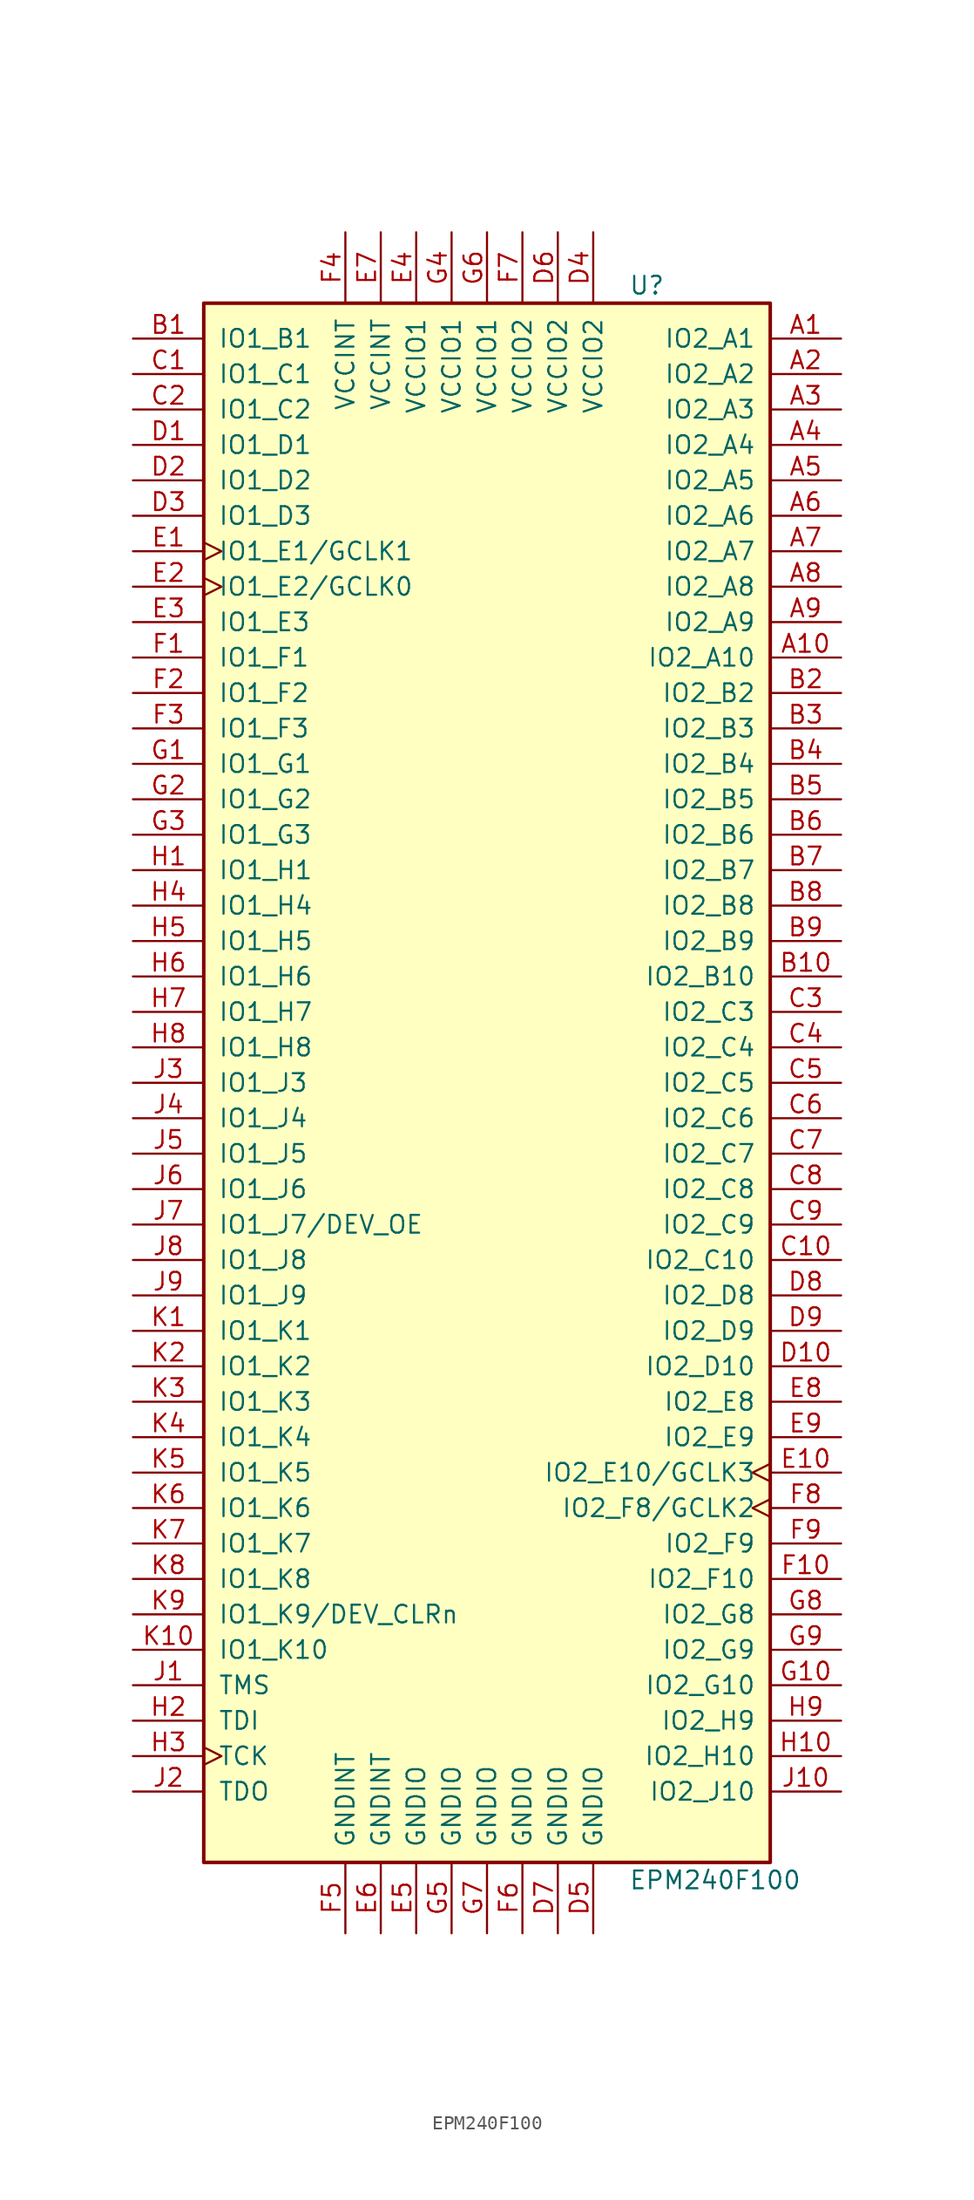
<source format=kicad_sym>
(kicad_symbol_lib
  (version 20211014)
  (generator kicad_symbol_editor)
  (symbol "EPM240F100"
    (pin_names
      (offset 1.016))
    (property "Reference" "U"
      (at 10.16 57.15 0)
      (effects (font (size 1.27 1.27)) (justify left)))
    (property "Value" "EPM240F100"
      (at 10.16 -57.15 0)
      (effects (font (size 1.27 1.27)) (justify left)))
    (property "ki_locked" ""
      (at 0 0 0)
      (effects (font (size 1.27 1.27))))
    (symbol "EPM240F100_1_1"
      (rectangle (start -20.32 55.88) (end 20.32 -55.88) (stroke (width 0.254) (type default) (color 0 0 0 0)) (fill (type background)))
      (pin bidirectional line (at 25.4 53.34 180) (length 5.08) (name "IO2_A1" (effects (font (size 1.27 1.27)))) (number "A1" (effects (font (size 1.27 1.27)))))
      (pin bidirectional line (at 25.4 30.48 180) (length 5.08) (name "IO2_A10" (effects (font (size 1.27 1.27)))) (number "A10" (effects (font (size 1.27 1.27)))))
      (pin bidirectional line (at 25.4 50.8 180) (length 5.08) (name "IO2_A2" (effects (font (size 1.27 1.27)))) (number "A2" (effects (font (size 1.27 1.27)))))
      (pin bidirectional line (at 25.4 48.26 180) (length 5.08) (name "IO2_A3" (effects (font (size 1.27 1.27)))) (number "A3" (effects (font (size 1.27 1.27)))))
      (pin bidirectional line (at 25.4 45.72 180) (length 5.08) (name "IO2_A4" (effects (font (size 1.27 1.27)))) (number "A4" (effects (font (size 1.27 1.27)))))
      (pin bidirectional line (at 25.4 43.18 180) (length 5.08) (name "IO2_A5" (effects (font (size 1.27 1.27)))) (number "A5" (effects (font (size 1.27 1.27)))))
      (pin bidirectional line (at 25.4 40.64 180) (length 5.08) (name "IO2_A6" (effects (font (size 1.27 1.27)))) (number "A6" (effects (font (size 1.27 1.27)))))
      (pin bidirectional line (at 25.4 38.1 180) (length 5.08) (name "IO2_A7" (effects (font (size 1.27 1.27)))) (number "A7" (effects (font (size 1.27 1.27)))))
      (pin bidirectional line (at 25.4 35.56 180) (length 5.08) (name "IO2_A8" (effects (font (size 1.27 1.27)))) (number "A8" (effects (font (size 1.27 1.27)))))
      (pin bidirectional line (at 25.4 33.02 180) (length 5.08) (name "IO2_A9" (effects (font (size 1.27 1.27)))) (number "A9" (effects (font (size 1.27 1.27)))))
      (pin bidirectional line (at -25.4 53.34 0) (length 5.08) (name "IO1_B1" (effects (font (size 1.27 1.27)))) (number "B1" (effects (font (size 1.27 1.27)))))
      (pin bidirectional line (at 25.4 7.62 180) (length 5.08) (name "IO2_B10" (effects (font (size 1.27 1.27)))) (number "B10" (effects (font (size 1.27 1.27)))))
      (pin bidirectional line (at 25.4 27.94 180) (length 5.08) (name "IO2_B2" (effects (font (size 1.27 1.27)))) (number "B2" (effects (font (size 1.27 1.27)))))
      (pin bidirectional line (at 25.4 25.4 180) (length 5.08) (name "IO2_B3" (effects (font (size 1.27 1.27)))) (number "B3" (effects (font (size 1.27 1.27)))))
      (pin bidirectional line (at 25.4 22.86 180) (length 5.08) (name "IO2_B4" (effects (font (size 1.27 1.27)))) (number "B4" (effects (font (size 1.27 1.27)))))
      (pin bidirectional line (at 25.4 20.32 180) (length 5.08) (name "IO2_B5" (effects (font (size 1.27 1.27)))) (number "B5" (effects (font (size 1.27 1.27)))))
      (pin bidirectional line (at 25.4 17.78 180) (length 5.08) (name "IO2_B6" (effects (font (size 1.27 1.27)))) (number "B6" (effects (font (size 1.27 1.27)))))
      (pin bidirectional line (at 25.4 15.24 180) (length 5.08) (name "IO2_B7" (effects (font (size 1.27 1.27)))) (number "B7" (effects (font (size 1.27 1.27)))))
      (pin bidirectional line (at 25.4 12.7 180) (length 5.08) (name "IO2_B8" (effects (font (size 1.27 1.27)))) (number "B8" (effects (font (size 1.27 1.27)))))
      (pin bidirectional line (at 25.4 10.16 180) (length 5.08) (name "IO2_B9" (effects (font (size 1.27 1.27)))) (number "B9" (effects (font (size 1.27 1.27)))))
      (pin bidirectional line (at -25.4 50.8 0) (length 5.08) (name "IO1_C1" (effects (font (size 1.27 1.27)))) (number "C1" (effects (font (size 1.27 1.27)))))
      (pin bidirectional line (at 25.4 -12.7 180) (length 5.08) (name "IO2_C10" (effects (font (size 1.27 1.27)))) (number "C10" (effects (font (size 1.27 1.27)))))
      (pin bidirectional line (at -25.4 48.26 0) (length 5.08) (name "IO1_C2" (effects (font (size 1.27 1.27)))) (number "C2" (effects (font (size 1.27 1.27)))))
      (pin bidirectional line (at 25.4 5.08 180) (length 5.08) (name "IO2_C3" (effects (font (size 1.27 1.27)))) (number "C3" (effects (font (size 1.27 1.27)))))
      (pin bidirectional line (at 25.4 2.54 180) (length 5.08) (name "IO2_C4" (effects (font (size 1.27 1.27)))) (number "C4" (effects (font (size 1.27 1.27)))))
      (pin bidirectional line (at 25.4 0 180) (length 5.08) (name "IO2_C5" (effects (font (size 1.27 1.27)))) (number "C5" (effects (font (size 1.27 1.27)))))
      (pin bidirectional line (at 25.4 -2.54 180) (length 5.08) (name "IO2_C6" (effects (font (size 1.27 1.27)))) (number "C6" (effects (font (size 1.27 1.27)))))
      (pin bidirectional line (at 25.4 -5.08 180) (length 5.08) (name "IO2_C7" (effects (font (size 1.27 1.27)))) (number "C7" (effects (font (size 1.27 1.27)))))
      (pin bidirectional line (at 25.4 -7.62 180) (length 5.08) (name "IO2_C8" (effects (font (size 1.27 1.27)))) (number "C8" (effects (font (size 1.27 1.27)))))
      (pin bidirectional line (at 25.4 -10.16 180) (length 5.08) (name "IO2_C9" (effects (font (size 1.27 1.27)))) (number "C9" (effects (font (size 1.27 1.27)))))
      (pin bidirectional line (at -25.4 45.72 0) (length 5.08) (name "IO1_D1" (effects (font (size 1.27 1.27)))) (number "D1" (effects (font (size 1.27 1.27)))))
      (pin bidirectional line (at 25.4 -20.32 180) (length 5.08) (name "IO2_D10" (effects (font (size 1.27 1.27)))) (number "D10" (effects (font (size 1.27 1.27)))))
      (pin bidirectional line (at -25.4 43.18 0) (length 5.08) (name "IO1_D2" (effects (font (size 1.27 1.27)))) (number "D2" (effects (font (size 1.27 1.27)))))
      (pin bidirectional line (at -25.4 40.64 0) (length 5.08) (name "IO1_D3" (effects (font (size 1.27 1.27)))) (number "D3" (effects (font (size 1.27 1.27)))))
      (pin power_in line (at 7.62 60.96 270) (length 5.08) (name "VCCIO2" (effects (font (size 1.27 1.27)))) (number "D4" (effects (font (size 1.27 1.27)))))
      (pin power_in line (at 7.62 -60.96 90) (length 5.08) (name "GNDIO" (effects (font (size 1.27 1.27)))) (number "D5" (effects (font (size 1.27 1.27)))))
      (pin power_in line (at 5.08 60.96 270) (length 5.08) (name "VCCIO2" (effects (font (size 1.27 1.27)))) (number "D6" (effects (font (size 1.27 1.27)))))
      (pin power_in line (at 5.08 -60.96 90) (length 5.08) (name "GNDIO" (effects (font (size 1.27 1.27)))) (number "D7" (effects (font (size 1.27 1.27)))))
      (pin bidirectional line (at 25.4 -15.24 180) (length 5.08) (name "IO2_D8" (effects (font (size 1.27 1.27)))) (number "D8" (effects (font (size 1.27 1.27)))))
      (pin bidirectional line (at 25.4 -17.78 180) (length 5.08) (name "IO2_D9" (effects (font (size 1.27 1.27)))) (number "D9" (effects (font (size 1.27 1.27)))))
      (pin bidirectional clock (at -25.4 38.1 0) (length 5.08) (name "IO1_E1/GCLK1" (effects (font (size 1.27 1.27)))) (number "E1" (effects (font (size 1.27 1.27)))))
      (pin bidirectional clock (at 25.4 -27.94 180) (length 5.08) (name "IO2_E10/GCLK3" (effects (font (size 1.27 1.27)))) (number "E10" (effects (font (size 1.27 1.27)))))
      (pin bidirectional clock (at -25.4 35.56 0) (length 5.08) (name "IO1_E2/GCLK0" (effects (font (size 1.27 1.27)))) (number "E2" (effects (font (size 1.27 1.27)))))
      (pin bidirectional line (at -25.4 33.02 0) (length 5.08) (name "IO1_E3" (effects (font (size 1.27 1.27)))) (number "E3" (effects (font (size 1.27 1.27)))))
      (pin power_in line (at -5.08 60.96 270) (length 5.08) (name "VCCIO1" (effects (font (size 1.27 1.27)))) (number "E4" (effects (font (size 1.27 1.27)))))
      (pin power_in line (at -5.08 -60.96 90) (length 5.08) (name "GNDIO" (effects (font (size 1.27 1.27)))) (number "E5" (effects (font (size 1.27 1.27)))))
      (pin power_in line (at -7.62 -60.96 90) (length 5.08) (name "GNDINT" (effects (font (size 1.27 1.27)))) (number "E6" (effects (font (size 1.27 1.27)))))
      (pin power_in line (at -7.62 60.96 270) (length 5.08) (name "VCCINT" (effects (font (size 1.27 1.27)))) (number "E7" (effects (font (size 1.27 1.27)))))
      (pin bidirectional line (at 25.4 -22.86 180) (length 5.08) (name "IO2_E8" (effects (font (size 1.27 1.27)))) (number "E8" (effects (font (size 1.27 1.27)))))
      (pin bidirectional line (at 25.4 -25.4 180) (length 5.08) (name "IO2_E9" (effects (font (size 1.27 1.27)))) (number "E9" (effects (font (size 1.27 1.27)))))
      (pin bidirectional line (at -25.4 30.48 0) (length 5.08) (name "IO1_F1" (effects (font (size 1.27 1.27)))) (number "F1" (effects (font (size 1.27 1.27)))))
      (pin bidirectional line (at 25.4 -35.56 180) (length 5.08) (name "IO2_F10" (effects (font (size 1.27 1.27)))) (number "F10" (effects (font (size 1.27 1.27)))))
      (pin bidirectional line (at -25.4 27.94 0) (length 5.08) (name "IO1_F2" (effects (font (size 1.27 1.27)))) (number "F2" (effects (font (size 1.27 1.27)))))
      (pin bidirectional line (at -25.4 25.4 0) (length 5.08) (name "IO1_F3" (effects (font (size 1.27 1.27)))) (number "F3" (effects (font (size 1.27 1.27)))))
      (pin power_in line (at -10.16 60.96 270) (length 5.08) (name "VCCINT" (effects (font (size 1.27 1.27)))) (number "F4" (effects (font (size 1.27 1.27)))))
      (pin power_in line (at -10.16 -60.96 90) (length 5.08) (name "GNDINT" (effects (font (size 1.27 1.27)))) (number "F5" (effects (font (size 1.27 1.27)))))
      (pin power_in line (at 2.54 -60.96 90) (length 5.08) (name "GNDIO" (effects (font (size 1.27 1.27)))) (number "F6" (effects (font (size 1.27 1.27)))))
      (pin power_in line (at 2.54 60.96 270) (length 5.08) (name "VCCIO2" (effects (font (size 1.27 1.27)))) (number "F7" (effects (font (size 1.27 1.27)))))
      (pin bidirectional clock (at 25.4 -30.48 180) (length 5.08) (name "IO2_F8/GCLK2" (effects (font (size 1.27 1.27)))) (number "F8" (effects (font (size 1.27 1.27)))))
      (pin bidirectional line (at 25.4 -33.02 180) (length 5.08) (name "IO2_F9" (effects (font (size 1.27 1.27)))) (number "F9" (effects (font (size 1.27 1.27)))))
      (pin bidirectional line (at -25.4 22.86 0) (length 5.08) (name "IO1_G1" (effects (font (size 1.27 1.27)))) (number "G1" (effects (font (size 1.27 1.27)))))
      (pin bidirectional line (at 25.4 -43.18 180) (length 5.08) (name "IO2_G10" (effects (font (size 1.27 1.27)))) (number "G10" (effects (font (size 1.27 1.27)))))
      (pin bidirectional line (at -25.4 20.32 0) (length 5.08) (name "IO1_G2" (effects (font (size 1.27 1.27)))) (number "G2" (effects (font (size 1.27 1.27)))))
      (pin bidirectional line (at -25.4 17.78 0) (length 5.08) (name "IO1_G3" (effects (font (size 1.27 1.27)))) (number "G3" (effects (font (size 1.27 1.27)))))
      (pin power_in line (at -2.54 60.96 270) (length 5.08) (name "VCCIO1" (effects (font (size 1.27 1.27)))) (number "G4" (effects (font (size 1.27 1.27)))))
      (pin power_in line (at -2.54 -60.96 90) (length 5.08) (name "GNDIO" (effects (font (size 1.27 1.27)))) (number "G5" (effects (font (size 1.27 1.27)))))
      (pin power_in line (at 0 60.96 270) (length 5.08) (name "VCCIO1" (effects (font (size 1.27 1.27)))) (number "G6" (effects (font (size 1.27 1.27)))))
      (pin power_in line (at 0 -60.96 90) (length 5.08) (name "GNDIO" (effects (font (size 1.27 1.27)))) (number "G7" (effects (font (size 1.27 1.27)))))
      (pin bidirectional line (at 25.4 -38.1 180) (length 5.08) (name "IO2_G8" (effects (font (size 1.27 1.27)))) (number "G8" (effects (font (size 1.27 1.27)))))
      (pin bidirectional line (at 25.4 -40.64 180) (length 5.08) (name "IO2_G9" (effects (font (size 1.27 1.27)))) (number "G9" (effects (font (size 1.27 1.27)))))
      (pin bidirectional line (at -25.4 15.24 0) (length 5.08) (name "IO1_H1" (effects (font (size 1.27 1.27)))) (number "H1" (effects (font (size 1.27 1.27)))))
      (pin bidirectional line (at 25.4 -48.26 180) (length 5.08) (name "IO2_H10" (effects (font (size 1.27 1.27)))) (number "H10" (effects (font (size 1.27 1.27)))))
      (pin input line (at -25.4 -45.72 0) (length 5.08) (name "TDI" (effects (font (size 1.27 1.27)))) (number "H2" (effects (font (size 1.27 1.27)))))
      (pin input clock (at -25.4 -48.26 0) (length 5.08) (name "TCK" (effects (font (size 1.27 1.27)))) (number "H3" (effects (font (size 1.27 1.27)))))
      (pin bidirectional line (at -25.4 12.7 0) (length 5.08) (name "IO1_H4" (effects (font (size 1.27 1.27)))) (number "H4" (effects (font (size 1.27 1.27)))))
      (pin bidirectional line (at -25.4 10.16 0) (length 5.08) (name "IO1_H5" (effects (font (size 1.27 1.27)))) (number "H5" (effects (font (size 1.27 1.27)))))
      (pin bidirectional line (at -25.4 7.62 0) (length 5.08) (name "IO1_H6" (effects (font (size 1.27 1.27)))) (number "H6" (effects (font (size 1.27 1.27)))))
      (pin bidirectional line (at -25.4 5.08 0) (length 5.08) (name "IO1_H7" (effects (font (size 1.27 1.27)))) (number "H7" (effects (font (size 1.27 1.27)))))
      (pin bidirectional line (at -25.4 2.54 0) (length 5.08) (name "IO1_H8" (effects (font (size 1.27 1.27)))) (number "H8" (effects (font (size 1.27 1.27)))))
      (pin bidirectional line (at 25.4 -45.72 180) (length 5.08) (name "IO2_H9" (effects (font (size 1.27 1.27)))) (number "H9" (effects (font (size 1.27 1.27)))))
      (pin input line (at -25.4 -43.18 0) (length 5.08) (name "TMS" (effects (font (size 1.27 1.27)))) (number "J1" (effects (font (size 1.27 1.27)))))
      (pin bidirectional line (at 25.4 -50.8 180) (length 5.08) (name "IO2_J10" (effects (font (size 1.27 1.27)))) (number "J10" (effects (font (size 1.27 1.27)))))
      (pin output line (at -25.4 -50.8 0) (length 5.08) (name "TDO" (effects (font (size 1.27 1.27)))) (number "J2" (effects (font (size 1.27 1.27)))))
      (pin bidirectional line (at -25.4 0 0) (length 5.08) (name "IO1_J3" (effects (font (size 1.27 1.27)))) (number "J3" (effects (font (size 1.27 1.27)))))
      (pin bidirectional line (at -25.4 -2.54 0) (length 5.08) (name "IO1_J4" (effects (font (size 1.27 1.27)))) (number "J4" (effects (font (size 1.27 1.27)))))
      (pin bidirectional line (at -25.4 -5.08 0) (length 5.08) (name "IO1_J5" (effects (font (size 1.27 1.27)))) (number "J5" (effects (font (size 1.27 1.27)))))
      (pin bidirectional line (at -25.4 -7.62 0) (length 5.08) (name "IO1_J6" (effects (font (size 1.27 1.27)))) (number "J6" (effects (font (size 1.27 1.27)))))
      (pin bidirectional line (at -25.4 -10.16 0) (length 5.08) (name "IO1_J7/DEV_OE" (effects (font (size 1.27 1.27)))) (number "J7" (effects (font (size 1.27 1.27)))))
      (pin bidirectional line (at -25.4 -12.7 0) (length 5.08) (name "IO1_J8" (effects (font (size 1.27 1.27)))) (number "J8" (effects (font (size 1.27 1.27)))))
      (pin bidirectional line (at -25.4 -15.24 0) (length 5.08) (name "IO1_J9" (effects (font (size 1.27 1.27)))) (number "J9" (effects (font (size 1.27 1.27)))))
      (pin bidirectional line (at -25.4 -17.78 0) (length 5.08) (name "IO1_K1" (effects (font (size 1.27 1.27)))) (number "K1" (effects (font (size 1.27 1.27)))))
      (pin bidirectional line (at -25.4 -40.64 0) (length 5.08) (name "IO1_K10" (effects (font (size 1.27 1.27)))) (number "K10" (effects (font (size 1.27 1.27)))))
      (pin bidirectional line (at -25.4 -20.32 0) (length 5.08) (name "IO1_K2" (effects (font (size 1.27 1.27)))) (number "K2" (effects (font (size 1.27 1.27)))))
      (pin bidirectional line (at -25.4 -22.86 0) (length 5.08) (name "IO1_K3" (effects (font (size 1.27 1.27)))) (number "K3" (effects (font (size 1.27 1.27)))))
      (pin bidirectional line (at -25.4 -25.4 0) (length 5.08) (name "IO1_K4" (effects (font (size 1.27 1.27)))) (number "K4" (effects (font (size 1.27 1.27)))))
      (pin bidirectional line (at -25.4 -27.94 0) (length 5.08) (name "IO1_K5" (effects (font (size 1.27 1.27)))) (number "K5" (effects (font (size 1.27 1.27)))))
      (pin bidirectional line (at -25.4 -30.48 0) (length 5.08) (name "IO1_K6" (effects (font (size 1.27 1.27)))) (number "K6" (effects (font (size 1.27 1.27)))))
      (pin bidirectional line (at -25.4 -33.02 0) (length 5.08) (name "IO1_K7" (effects (font (size 1.27 1.27)))) (number "K7" (effects (font (size 1.27 1.27)))))
      (pin bidirectional line (at -25.4 -35.56 0) (length 5.08) (name "IO1_K8" (effects (font (size 1.27 1.27)))) (number "K8" (effects (font (size 1.27 1.27)))))
      (pin bidirectional line (at -25.4 -38.1 0) (length 5.08) (name "IO1_K9/DEV_CLRn" (effects (font (size 1.27 1.27)))) (number "K9" (effects (font (size 1.27 1.27))))))))
</source>
